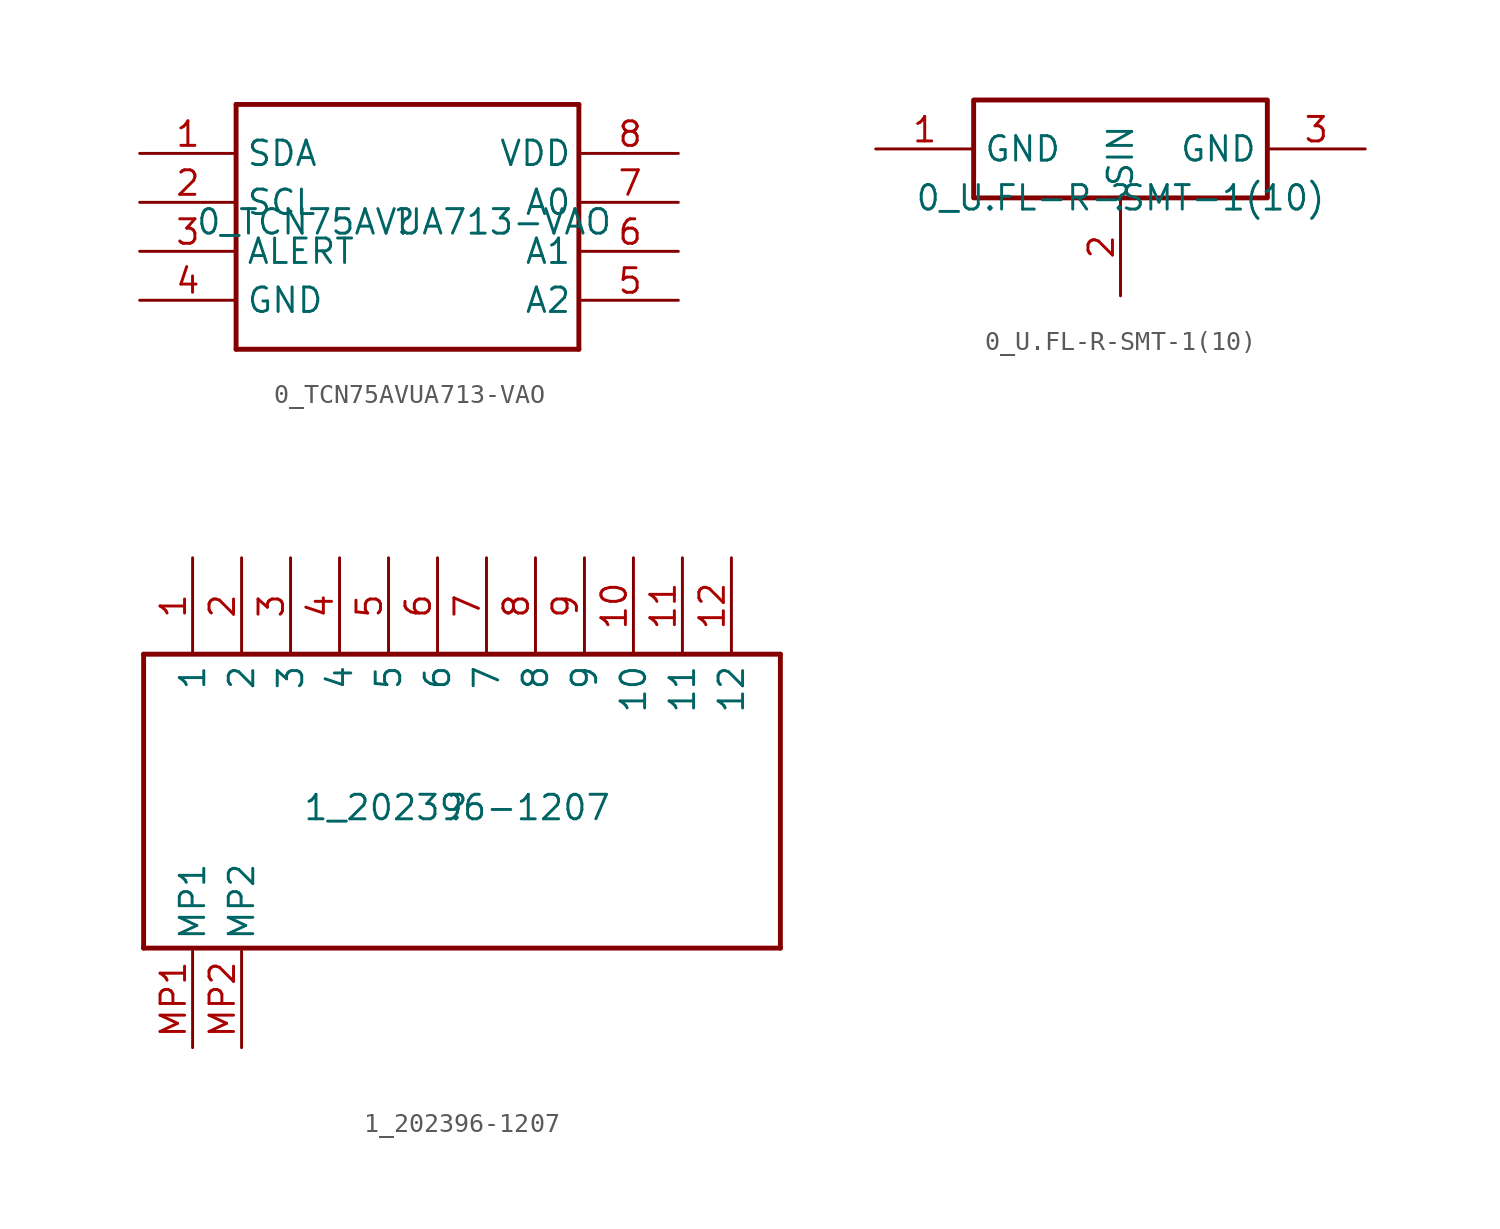
<source format=kicad_sym>
(kicad_symbol_lib
  (version 20211014)
  (generator kicad_symbol_editor)
  (symbol "0_TCN75AVUA713-VAO"
    (property "Reference" ""
      (at 0 0 0)
      (effects (font (size 1.27 1.27))))
    (property "Value" "0_TCN75AVUA713-VAO"
      (at 0 0 0)
      (effects (font (size 1.27 1.27))))
    (symbol "0_TCN75AVUA713-VAO_1_0"
      (polyline (pts (xy -8.715 6.096) (xy -8.715 -6.604)) (stroke (width 0.254) (type default) (color 0 0 0 0)) (fill (type none)))
      (polyline (pts (xy -8.715 6.096) (xy 9.065 6.096)) (stroke (width 0.254) (type default) (color 0 0 0 0)) (fill (type none)))
      (polyline (pts (xy 9.065 -6.604) (xy -8.715 -6.604)) (stroke (width 0.254) (type default) (color 0 0 0 0)) (fill (type none)))
      (polyline (pts (xy 9.065 -6.604) (xy 9.065 6.096)) (stroke (width 0.254) (type default) (color 0 0 0 0)) (fill (type none)))
      (pin passive line (at -13.716 3.556 0) (length 5) (name "SDA" (effects (font (size 1.27 1.27)))) (number "1" (effects (font (size 1.27 1.27)))))
      (pin passive line (at -13.716 1.016 0) (length 5) (name "SCL" (effects (font (size 1.27 1.27)))) (number "2" (effects (font (size 1.27 1.27)))))
      (pin passive line (at -13.716 -1.524 0) (length 5) (name "ALERT" (effects (font (size 1.27 1.27)))) (number "3" (effects (font (size 1.27 1.27)))))
      (pin passive line (at -13.716 -4.064 0) (length 5) (name "GND" (effects (font (size 1.27 1.27)))) (number "4" (effects (font (size 1.27 1.27)))))
      (pin passive line (at 14.224 -4.064 180) (length 5) (name "A2" (effects (font (size 1.27 1.27)))) (number "5" (effects (font (size 1.27 1.27)))))
      (pin passive line (at 14.224 -1.524 180) (length 5) (name "A1" (effects (font (size 1.27 1.27)))) (number "6" (effects (font (size 1.27 1.27)))))
      (pin passive line (at 14.224 1.016 180) (length 5) (name "A0" (effects (font (size 1.27 1.27)))) (number "7" (effects (font (size 1.27 1.27)))))
      (pin passive line (at 14.224 3.556 180) (length 5) (name "VDD" (effects (font (size 1.27 1.27)))) (number "8" (effects (font (size 1.27 1.27)))))))
  (symbol "0_U.FL-R-SMT-1(10)"
    (property "Reference" ""
      (at 0 0 0)
      (effects (font (size 1.27 1.27))))
    (property "Value" "0_U.FL-R-SMT-1(10)"
      (at 0 0 0)
      (effects (font (size 1.27 1.27))))
    (symbol "0_U.FL-R-SMT-1(10)_1_0"
      (rectangle (start 7.62 5.08) (end -7.62 0) (stroke (width 0.254) (type default) (color 0 0 0 0)) (fill (type none)))
      (pin passive line (at -12.7 2.54 0) (length 5.08) (name "GND" (effects (font (size 1.27 1.27)))) (number "1" (effects (font (size 1.27 1.27)))))
      (pin passive line (at 0 -5.08 90) (length 5.08) (name "SIN" (effects (font (size 1.27 1.27)))) (number "2" (effects (font (size 1.27 1.27)))))
      (pin passive line (at 12.7 2.54 180) (length 5.08) (name "GND" (effects (font (size 1.27 1.27)))) (number "3" (effects (font (size 1.27 1.27)))))))
  (symbol "1_202396-1207"
    (property "Reference" ""
      (at 0 0 0)
      (effects (font (size 1.27 1.27))))
    (property "Value" "1_202396-1207"
      (at 0 0 0)
      (effects (font (size 1.27 1.27))))
    (symbol "1_202396-1207_1_0"
      (polyline (pts (xy -16.256 -7.285) (xy -16.256 7.955)) (stroke (width 0.254) (type default) (color 0 0 0 0)) (fill (type none)))
      (polyline (pts (xy -16.256 -7.285) (xy 16.764 -7.285)) (stroke (width 0.254) (type default) (color 0 0 0 0)) (fill (type none)))
      (polyline (pts (xy 16.764 7.955) (xy -16.256 7.955)) (stroke (width 0.254) (type default) (color 0 0 0 0)) (fill (type none)))
      (polyline (pts (xy 16.764 7.955) (xy 16.764 -7.285)) (stroke (width 0.254) (type default) (color 0 0 0 0)) (fill (type none)))
      (pin passive line (at -13.716 12.954 270) (length 5) (name "1" (effects (font (size 1.27 1.27)))) (number "1" (effects (font (size 1.27 1.27)))))
      (pin passive line (at 9.144 12.954 270) (length 5) (name "10" (effects (font (size 1.27 1.27)))) (number "10" (effects (font (size 1.27 1.27)))))
      (pin passive line (at 11.684 12.954 270) (length 5) (name "11" (effects (font (size 1.27 1.27)))) (number "11" (effects (font (size 1.27 1.27)))))
      (pin passive line (at 14.224 12.954 270) (length 5) (name "12" (effects (font (size 1.27 1.27)))) (number "12" (effects (font (size 1.27 1.27)))))
      (pin passive line (at -11.176 12.954 270) (length 5) (name "2" (effects (font (size 1.27 1.27)))) (number "2" (effects (font (size 1.27 1.27)))))
      (pin passive line (at -8.636 12.954 270) (length 5) (name "3" (effects (font (size 1.27 1.27)))) (number "3" (effects (font (size 1.27 1.27)))))
      (pin passive line (at -6.096 12.954 270) (length 5) (name "4" (effects (font (size 1.27 1.27)))) (number "4" (effects (font (size 1.27 1.27)))))
      (pin passive line (at -3.556 12.954 270) (length 5) (name "5" (effects (font (size 1.27 1.27)))) (number "5" (effects (font (size 1.27 1.27)))))
      (pin passive line (at -1.016 12.954 270) (length 5) (name "6" (effects (font (size 1.27 1.27)))) (number "6" (effects (font (size 1.27 1.27)))))
      (pin passive line (at 1.524 12.954 270) (length 5) (name "7" (effects (font (size 1.27 1.27)))) (number "7" (effects (font (size 1.27 1.27)))))
      (pin passive line (at 4.064 12.954 270) (length 5) (name "8" (effects (font (size 1.27 1.27)))) (number "8" (effects (font (size 1.27 1.27)))))
      (pin passive line (at 6.604 12.954 270) (length 5) (name "9" (effects (font (size 1.27 1.27)))) (number "9" (effects (font (size 1.27 1.27)))))
      (pin passive line (at -13.716 -12.446 90) (length 5) (name "MP1" (effects (font (size 1.27 1.27)))) (number "MP1" (effects (font (size 1.27 1.27)))))
      (pin passive line (at -11.176 -12.446 90) (length 5) (name "MP2" (effects (font (size 1.27 1.27)))) (number "MP2" (effects (font (size 1.27 1.27))))))))
</source>
